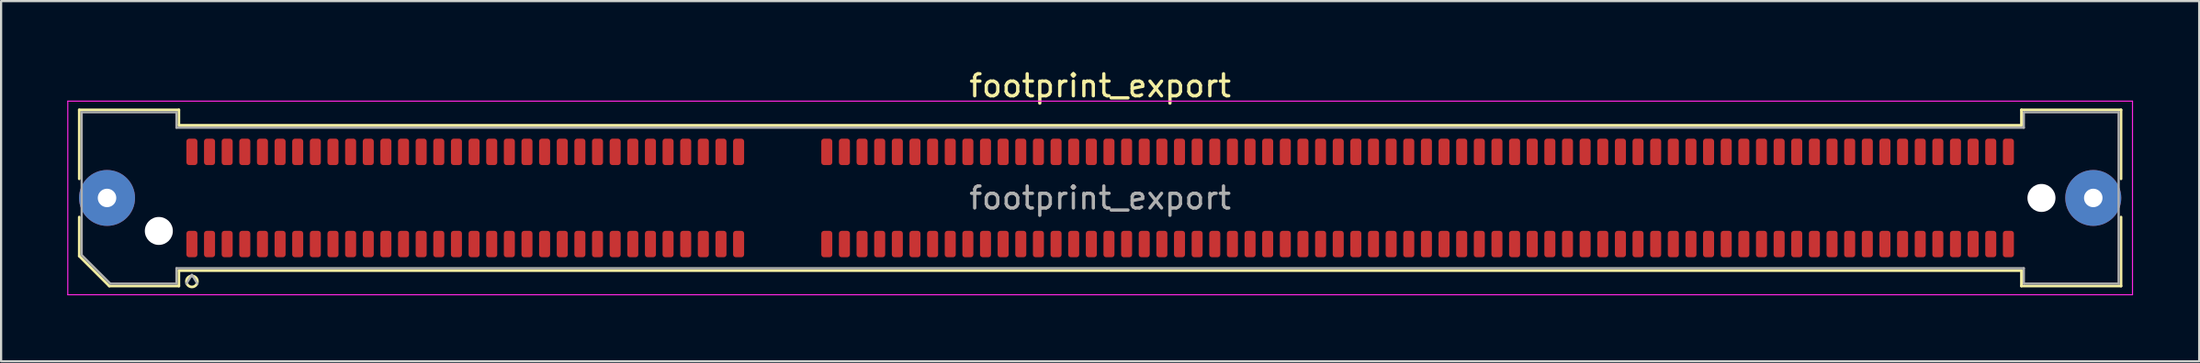
<source format=kicad_pcb>
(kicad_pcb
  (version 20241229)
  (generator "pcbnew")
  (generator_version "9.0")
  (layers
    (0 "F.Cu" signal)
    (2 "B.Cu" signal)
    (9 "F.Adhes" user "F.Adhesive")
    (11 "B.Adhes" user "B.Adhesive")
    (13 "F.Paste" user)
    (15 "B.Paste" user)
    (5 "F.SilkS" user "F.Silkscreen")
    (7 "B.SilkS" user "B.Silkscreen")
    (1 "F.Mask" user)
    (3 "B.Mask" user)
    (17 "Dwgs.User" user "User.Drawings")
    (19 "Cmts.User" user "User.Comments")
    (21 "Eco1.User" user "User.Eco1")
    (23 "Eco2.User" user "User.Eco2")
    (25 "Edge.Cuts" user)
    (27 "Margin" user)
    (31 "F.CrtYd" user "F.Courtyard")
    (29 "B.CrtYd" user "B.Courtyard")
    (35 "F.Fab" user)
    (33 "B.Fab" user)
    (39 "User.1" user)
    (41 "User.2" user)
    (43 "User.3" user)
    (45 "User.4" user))
  (footprint "footprint_export"
    (layer "F.Cu")
    (at 46.855 5.948)
    (property "Reference" "footprint_export" (at 0 -5.1 0) (layer "F.SilkS") (effects (font (size 1 1) (thickness 0.15))))
    (attr smd)
    (fp_line (start -46.31 -4.005) (end -41.79 -4.005) (stroke (width 0.12) (type solid)) (layer "F.SilkS"))
    (fp_line (start -46.31 -0.868) (end -46.31 -4.005) (stroke (width 0.12) (type solid)) (layer "F.SilkS"))
    (fp_line (start -46.31 2.641) (end -46.31 0.868) (stroke (width 0.12) (type solid)) (layer "F.SilkS"))
    (fp_line (start -44.946 4.005) (end -46.31 2.641) (stroke (width 0.12) (type solid)) (layer "F.SilkS"))
    (fp_line (start -41.79 -4.005) (end -41.79 -3.305) (stroke (width 0.12) (type solid)) (layer "F.SilkS"))
    (fp_line (start -41.79 -3.305) (end 41.79 -3.305) (stroke (width 0.12) (type solid)) (layer "F.SilkS"))
    (fp_line (start -41.79 3.305) (end -41.79 4.005) (stroke (width 0.12) (type solid)) (layer "F.SilkS"))
    (fp_line (start -41.79 4.005) (end -44.946 4.005) (stroke (width 0.12) (type solid)) (layer "F.SilkS"))
    (fp_line (start 41.79 -4.005) (end 46.31 -4.005) (stroke (width 0.12) (type solid)) (layer "F.SilkS"))
    (fp_line (start 41.79 -3.305) (end 41.79 -4.005) (stroke (width 0.12) (type solid)) (layer "F.SilkS"))
    (fp_line (start 41.79 3.305) (end -41.79 3.305) (stroke (width 0.12) (type solid)) (layer "F.SilkS"))
    (fp_line (start 41.79 4.005) (end 41.79 3.305) (stroke (width 0.12) (type solid)) (layer "F.SilkS"))
    (fp_line (start 46.31 -4.005) (end 46.31 -0.868) (stroke (width 0.12) (type solid)) (layer "F.SilkS"))
    (fp_line (start 46.31 0.868) (end 46.31 4.005) (stroke (width 0.12) (type solid)) (layer "F.SilkS"))
    (fp_line (start 46.31 4.005) (end 41.79 4.005) (stroke (width 0.12) (type solid)) (layer "F.SilkS"))
    (fp_arc (start -40.95 3.795) (mid -41.45 3.795) (end -40.95 3.795) (stroke (width 0.12) (type solid)) (layer "F.SilkS"))
    (fp_line (start -46.83 -4.4) (end -46.83 4.4) (stroke (width 0.05) (type solid)) (layer "F.CrtYd"))
    (fp_line (start -46.83 4.4) (end 46.83 4.4) (stroke (width 0.05) (type solid)) (layer "F.CrtYd"))
    (fp_line (start 46.83 -4.4) (end -46.83 -4.4) (stroke (width 0.05) (type solid)) (layer "F.CrtYd"))
    (fp_line (start 46.83 4.4) (end 46.83 -4.4) (stroke (width 0.05) (type solid)) (layer "F.CrtYd"))
    (fp_line (start -46.2 -3.895) (end -41.9 -3.895) (stroke (width 0.1) (type solid)) (layer "F.Fab"))
    (fp_line (start -46.2 2.595) (end -46.2 -3.895) (stroke (width 0.1) (type solid)) (layer "F.Fab"))
    (fp_line (start -44.9 3.895) (end -46.2 2.595) (stroke (width 0.1) (type solid)) (layer "F.Fab"))
    (fp_line (start -41.9 -3.895) (end -41.9 -3.195) (stroke (width 0.1) (type solid)) (layer "F.Fab"))
    (fp_line (start -41.9 -3.195) (end 41.9 -3.195) (stroke (width 0.1) (type solid)) (layer "F.Fab"))
    (fp_line (start -41.9 3.195) (end -41.9 3.895) (stroke (width 0.1) (type solid)) (layer "F.Fab"))
    (fp_line (start -41.9 3.895) (end -44.9 3.895) (stroke (width 0.1) (type solid)) (layer "F.Fab"))
    (fp_line (start -41.2 3.495) (end -41.45 3.895) (stroke (width 0.1) (type solid)) (layer "F.Fab"))
    (fp_line (start -41.2 3.495) (end -40.95 3.895) (stroke (width 0.1) (type solid)) (layer "F.Fab"))
    (fp_line (start 41.9 -3.895) (end 46.2 -3.895) (stroke (width 0.1) (type solid)) (layer "F.Fab"))
    (fp_line (start 41.9 -3.195) (end 41.9 -3.895) (stroke (width 0.1) (type solid)) (layer "F.Fab"))
    (fp_line (start 41.9 3.195) (end -41.9 3.195) (stroke (width 0.1) (type solid)) (layer "F.Fab"))
    (fp_line (start 41.9 3.895) (end 41.9 3.195) (stroke (width 0.1) (type solid)) (layer "F.Fab"))
    (fp_line (start 46.2 -3.895) (end 46.2 3.895) (stroke (width 0.1) (type solid)) (layer "F.Fab"))
    (fp_line (start 46.2 3.895) (end 41.9 3.895) (stroke (width 0.1) (type solid)) (layer "F.Fab"))
    (fp_text user "${REFERENCE}" (at 0 0 0) (layer "F.Fab") (effects (font (size 1 1) (thickness 0.15))))
    (pad "" thru_hole circle (at -45.05 0) (size 2.54 2.54) (drill 0.84) (layers "*.Cu" "*.Mask" "F.Paste"))
    (pad "" np_thru_hole circle (at -42.7 1.5) (size 1.27 1.27) (drill 1.27) (layers "*.Cu" "*.Mask"))
    (pad "" np_thru_hole circle (at 42.7 0) (size 1.27 1.27) (drill 1.27) (layers "*.Cu" "*.Mask"))
    (pad "" thru_hole circle (at 45.05 0) (size 2.54 2.54) (drill 0.84) (layers "*.Cu" "*.Mask" "F.Paste"))
    (pad "1" smd roundrect (at -41.2 2.095) (size 0.5 1.2) (layers "F.Cu" "F.Mask" "F.Paste") (roundrect_rratio 0.25))
    (pad "2" smd roundrect (at -41.2 -2.095) (size 0.5 1.2) (layers "F.Cu" "F.Mask" "F.Paste") (roundrect_rratio 0.25))
    (pad "3" smd roundrect (at -40.4 2.095) (size 0.5 1.2) (layers "F.Cu" "F.Mask" "F.Paste") (roundrect_rratio 0.25))
    (pad "4" smd roundrect (at -40.4 -2.095) (size 0.5 1.2) (layers "F.Cu" "F.Mask" "F.Paste") (roundrect_rratio 0.25))
    (pad "5" smd roundrect (at -39.6 2.095) (size 0.5 1.2) (layers "F.Cu" "F.Mask" "F.Paste") (roundrect_rratio 0.25))
    (pad "6" smd roundrect (at -39.6 -2.095) (size 0.5 1.2) (layers "F.Cu" "F.Mask" "F.Paste") (roundrect_rratio 0.25))
    (pad "7" smd roundrect (at -38.8 2.095) (size 0.5 1.2) (layers "F.Cu" "F.Mask" "F.Paste") (roundrect_rratio 0.25))
    (pad "8" smd roundrect (at -38.8 -2.095) (size 0.5 1.2) (layers "F.Cu" "F.Mask" "F.Paste") (roundrect_rratio 0.25))
    (pad "9" smd roundrect (at -38 2.095) (size 0.5 1.2) (layers "F.Cu" "F.Mask" "F.Paste") (roundrect_rratio 0.25))
    (pad "10" smd roundrect (at -38 -2.095) (size 0.5 1.2) (layers "F.Cu" "F.Mask" "F.Paste") (roundrect_rratio 0.25))
    (pad "11" smd roundrect (at -37.2 2.095) (size 0.5 1.2) (layers "F.Cu" "F.Mask" "F.Paste") (roundrect_rratio 0.25))
    (pad "12" smd roundrect (at -37.2 -2.095) (size 0.5 1.2) (layers "F.Cu" "F.Mask" "F.Paste") (roundrect_rratio 0.25))
    (pad "13" smd roundrect (at -36.4 2.095) (size 0.5 1.2) (layers "F.Cu" "F.Mask" "F.Paste") (roundrect_rratio 0.25))
    (pad "14" smd roundrect (at -36.4 -2.095) (size 0.5 1.2) (layers "F.Cu" "F.Mask" "F.Paste") (roundrect_rratio 0.25))
    (pad "15" smd roundrect (at -35.6 2.095) (size 0.5 1.2) (layers "F.Cu" "F.Mask" "F.Paste") (roundrect_rratio 0.25))
    (pad "16" smd roundrect (at -35.6 -2.095) (size 0.5 1.2) (layers "F.Cu" "F.Mask" "F.Paste") (roundrect_rratio 0.25))
    (pad "17" smd roundrect (at -34.8 2.095) (size 0.5 1.2) (layers "F.Cu" "F.Mask" "F.Paste") (roundrect_rratio 0.25))
    (pad "18" smd roundrect (at -34.8 -2.095) (size 0.5 1.2) (layers "F.Cu" "F.Mask" "F.Paste") (roundrect_rratio 0.25))
    (pad "19" smd roundrect (at -34 2.095) (size 0.5 1.2) (layers "F.Cu" "F.Mask" "F.Paste") (roundrect_rratio 0.25))
    (pad "20" smd roundrect (at -34 -2.095) (size 0.5 1.2) (layers "F.Cu" "F.Mask" "F.Paste") (roundrect_rratio 0.25))
    (pad "21" smd roundrect (at -33.2 2.095) (size 0.5 1.2) (layers "F.Cu" "F.Mask" "F.Paste") (roundrect_rratio 0.25))
    (pad "22" smd roundrect (at -33.2 -2.095) (size 0.5 1.2) (layers "F.Cu" "F.Mask" "F.Paste") (roundrect_rratio 0.25))
    (pad "23" smd roundrect (at -32.4 2.095) (size 0.5 1.2) (layers "F.Cu" "F.Mask" "F.Paste") (roundrect_rratio 0.25))
    (pad "24" smd roundrect (at -32.4 -2.095) (size 0.5 1.2) (layers "F.Cu" "F.Mask" "F.Paste") (roundrect_rratio 0.25))
    (pad "25" smd roundrect (at -31.6 2.095) (size 0.5 1.2) (layers "F.Cu" "F.Mask" "F.Paste") (roundrect_rratio 0.25))
    (pad "26" smd roundrect (at -31.6 -2.095) (size 0.5 1.2) (layers "F.Cu" "F.Mask" "F.Paste") (roundrect_rratio 0.25))
    (pad "27" smd roundrect (at -30.8 2.095) (size 0.5 1.2) (layers "F.Cu" "F.Mask" "F.Paste") (roundrect_rratio 0.25))
    (pad "28" smd roundrect (at -30.8 -2.095) (size 0.5 1.2) (layers "F.Cu" "F.Mask" "F.Paste") (roundrect_rratio 0.25))
    (pad "29" smd roundrect (at -30 2.095) (size 0.5 1.2) (layers "F.Cu" "F.Mask" "F.Paste") (roundrect_rratio 0.25))
    (pad "30" smd roundrect (at -30 -2.095) (size 0.5 1.2) (layers "F.Cu" "F.Mask" "F.Paste") (roundrect_rratio 0.25))
    (pad "31" smd roundrect (at -29.2 2.095) (size 0.5 1.2) (layers "F.Cu" "F.Mask" "F.Paste") (roundrect_rratio 0.25))
    (pad "32" smd roundrect (at -29.2 -2.095) (size 0.5 1.2) (layers "F.Cu" "F.Mask" "F.Paste") (roundrect_rratio 0.25))
    (pad "33" smd roundrect (at -28.4 2.095) (size 0.5 1.2) (layers "F.Cu" "F.Mask" "F.Paste") (roundrect_rratio 0.25))
    (pad "34" smd roundrect (at -28.4 -2.095) (size 0.5 1.2) (layers "F.Cu" "F.Mask" "F.Paste") (roundrect_rratio 0.25))
    (pad "35" smd roundrect (at -27.6 2.095) (size 0.5 1.2) (layers "F.Cu" "F.Mask" "F.Paste") (roundrect_rratio 0.25))
    (pad "36" smd roundrect (at -27.6 -2.095) (size 0.5 1.2) (layers "F.Cu" "F.Mask" "F.Paste") (roundrect_rratio 0.25))
    (pad "37" smd roundrect (at -26.8 2.095) (size 0.5 1.2) (layers "F.Cu" "F.Mask" "F.Paste") (roundrect_rratio 0.25))
    (pad "38" smd roundrect (at -26.8 -2.095) (size 0.5 1.2) (layers "F.Cu" "F.Mask" "F.Paste") (roundrect_rratio 0.25))
    (pad "39" smd roundrect (at -26 2.095) (size 0.5 1.2) (layers "F.Cu" "F.Mask" "F.Paste") (roundrect_rratio 0.25))
    (pad "40" smd roundrect (at -26 -2.095) (size 0.5 1.2) (layers "F.Cu" "F.Mask" "F.Paste") (roundrect_rratio 0.25))
    (pad "41" smd roundrect (at -25.2 2.095) (size 0.5 1.2) (layers "F.Cu" "F.Mask" "F.Paste") (roundrect_rratio 0.25))
    (pad "42" smd roundrect (at -25.2 -2.095) (size 0.5 1.2) (layers "F.Cu" "F.Mask" "F.Paste") (roundrect_rratio 0.25))
    (pad "43" smd roundrect (at -24.4 2.095) (size 0.5 1.2) (layers "F.Cu" "F.Mask" "F.Paste") (roundrect_rratio 0.25))
    (pad "44" smd roundrect (at -24.4 -2.095) (size 0.5 1.2) (layers "F.Cu" "F.Mask" "F.Paste") (roundrect_rratio 0.25))
    (pad "45" smd roundrect (at -23.6 2.095) (size 0.5 1.2) (layers "F.Cu" "F.Mask" "F.Paste") (roundrect_rratio 0.25))
    (pad "46" smd roundrect (at -23.6 -2.095) (size 0.5 1.2) (layers "F.Cu" "F.Mask" "F.Paste") (roundrect_rratio 0.25))
    (pad "47" smd roundrect (at -22.8 2.095) (size 0.5 1.2) (layers "F.Cu" "F.Mask" "F.Paste") (roundrect_rratio 0.25))
    (pad "48" smd roundrect (at -22.8 -2.095) (size 0.5 1.2) (layers "F.Cu" "F.Mask" "F.Paste") (roundrect_rratio 0.25))
    (pad "49" smd roundrect (at -22 2.095) (size 0.5 1.2) (layers "F.Cu" "F.Mask" "F.Paste") (roundrect_rratio 0.25))
    (pad "50" smd roundrect (at -22 -2.095) (size 0.5 1.2) (layers "F.Cu" "F.Mask" "F.Paste") (roundrect_rratio 0.25))
    (pad "51" smd roundrect (at -21.2 2.095) (size 0.5 1.2) (layers "F.Cu" "F.Mask" "F.Paste") (roundrect_rratio 0.25))
    (pad "52" smd roundrect (at -21.2 -2.095) (size 0.5 1.2) (layers "F.Cu" "F.Mask" "F.Paste") (roundrect_rratio 0.25))
    (pad "53" smd roundrect (at -20.4 2.095) (size 0.5 1.2) (layers "F.Cu" "F.Mask" "F.Paste") (roundrect_rratio 0.25))
    (pad "54" smd roundrect (at -20.4 -2.095) (size 0.5 1.2) (layers "F.Cu" "F.Mask" "F.Paste") (roundrect_rratio 0.25))
    (pad "55" smd roundrect (at -19.6 2.095) (size 0.5 1.2) (layers "F.Cu" "F.Mask" "F.Paste") (roundrect_rratio 0.25))
    (pad "56" smd roundrect (at -19.6 -2.095) (size 0.5 1.2) (layers "F.Cu" "F.Mask" "F.Paste") (roundrect_rratio 0.25))
    (pad "57" smd roundrect (at -18.8 2.095) (size 0.5 1.2) (layers "F.Cu" "F.Mask" "F.Paste") (roundrect_rratio 0.25))
    (pad "58" smd roundrect (at -18.8 -2.095) (size 0.5 1.2) (layers "F.Cu" "F.Mask" "F.Paste") (roundrect_rratio 0.25))
    (pad "59" smd roundrect (at -18 2.095) (size 0.5 1.2) (layers "F.Cu" "F.Mask" "F.Paste") (roundrect_rratio 0.25))
    (pad "60" smd roundrect (at -18 -2.095) (size 0.5 1.2) (layers "F.Cu" "F.Mask" "F.Paste") (roundrect_rratio 0.25))
    (pad "61" smd roundrect (at -17.2 2.095) (size 0.5 1.2) (layers "F.Cu" "F.Mask" "F.Paste") (roundrect_rratio 0.25))
    (pad "62" smd roundrect (at -17.2 -2.095) (size 0.5 1.2) (layers "F.Cu" "F.Mask" "F.Paste") (roundrect_rratio 0.25))
    (pad "63" smd roundrect (at -16.4 2.095) (size 0.5 1.2) (layers "F.Cu" "F.Mask" "F.Paste") (roundrect_rratio 0.25))
    (pad "64" smd roundrect (at -16.4 -2.095) (size 0.5 1.2) (layers "F.Cu" "F.Mask" "F.Paste") (roundrect_rratio 0.25))
    (pad "65" smd roundrect (at -12.4 2.095) (size 0.5 1.2) (layers "F.Cu" "F.Mask" "F.Paste") (roundrect_rratio 0.25))
    (pad "66" smd roundrect (at -12.4 -2.095) (size 0.5 1.2) (layers "F.Cu" "F.Mask" "F.Paste") (roundrect_rratio 0.25))
    (pad "67" smd roundrect (at -11.6 2.095) (size 0.5 1.2) (layers "F.Cu" "F.Mask" "F.Paste") (roundrect_rratio 0.25))
    (pad "68" smd roundrect (at -11.6 -2.095) (size 0.5 1.2) (layers "F.Cu" "F.Mask" "F.Paste") (roundrect_rratio 0.25))
    (pad "69" smd roundrect (at -10.8 2.095) (size 0.5 1.2) (layers "F.Cu" "F.Mask" "F.Paste") (roundrect_rratio 0.25))
    (pad "70" smd roundrect (at -10.8 -2.095) (size 0.5 1.2) (layers "F.Cu" "F.Mask" "F.Paste") (roundrect_rratio 0.25))
    (pad "71" smd roundrect (at -10 2.095) (size 0.5 1.2) (layers "F.Cu" "F.Mask" "F.Paste") (roundrect_rratio 0.25))
    (pad "72" smd roundrect (at -10 -2.095) (size 0.5 1.2) (layers "F.Cu" "F.Mask" "F.Paste") (roundrect_rratio 0.25))
    (pad "73" smd roundrect (at -9.2 2.095) (size 0.5 1.2) (layers "F.Cu" "F.Mask" "F.Paste") (roundrect_rratio 0.25))
    (pad "74" smd roundrect (at -9.2 -2.095) (size 0.5 1.2) (layers "F.Cu" "F.Mask" "F.Paste") (roundrect_rratio 0.25))
    (pad "75" smd roundrect (at -8.4 2.095) (size 0.5 1.2) (layers "F.Cu" "F.Mask" "F.Paste") (roundrect_rratio 0.25))
    (pad "76" smd roundrect (at -8.4 -2.095) (size 0.5 1.2) (layers "F.Cu" "F.Mask" "F.Paste") (roundrect_rratio 0.25))
    (pad "77" smd roundrect (at -7.6 2.095) (size 0.5 1.2) (layers "F.Cu" "F.Mask" "F.Paste") (roundrect_rratio 0.25))
    (pad "78" smd roundrect (at -7.6 -2.095) (size 0.5 1.2) (layers "F.Cu" "F.Mask" "F.Paste") (roundrect_rratio 0.25))
    (pad "79" smd roundrect (at -6.8 2.095) (size 0.5 1.2) (layers "F.Cu" "F.Mask" "F.Paste") (roundrect_rratio 0.25))
    (pad "80" smd roundrect (at -6.8 -2.095) (size 0.5 1.2) (layers "F.Cu" "F.Mask" "F.Paste") (roundrect_rratio 0.25))
    (pad "81" smd roundrect (at -6 2.095) (size 0.5 1.2) (layers "F.Cu" "F.Mask" "F.Paste") (roundrect_rratio 0.25))
    (pad "82" smd roundrect (at -6 -2.095) (size 0.5 1.2) (layers "F.Cu" "F.Mask" "F.Paste") (roundrect_rratio 0.25))
    (pad "83" smd roundrect (at -5.2 2.095) (size 0.5 1.2) (layers "F.Cu" "F.Mask" "F.Paste") (roundrect_rratio 0.25))
    (pad "84" smd roundrect (at -5.2 -2.095) (size 0.5 1.2) (layers "F.Cu" "F.Mask" "F.Paste") (roundrect_rratio 0.25))
    (pad "85" smd roundrect (at -4.4 2.095) (size 0.5 1.2) (layers "F.Cu" "F.Mask" "F.Paste") (roundrect_rratio 0.25))
    (pad "86" smd roundrect (at -4.4 -2.095) (size 0.5 1.2) (layers "F.Cu" "F.Mask" "F.Paste") (roundrect_rratio 0.25))
    (pad "87" smd roundrect (at -3.6 2.095) (size 0.5 1.2) (layers "F.Cu" "F.Mask" "F.Paste") (roundrect_rratio 0.25))
    (pad "88" smd roundrect (at -3.6 -2.095) (size 0.5 1.2) (layers "F.Cu" "F.Mask" "F.Paste") (roundrect_rratio 0.25))
    (pad "89" smd roundrect (at -2.8 2.095) (size 0.5 1.2) (layers "F.Cu" "F.Mask" "F.Paste") (roundrect_rratio 0.25))
    (pad "90" smd roundrect (at -2.8 -2.095) (size 0.5 1.2) (layers "F.Cu" "F.Mask" "F.Paste") (roundrect_rratio 0.25))
    (pad "91" smd roundrect (at -2 2.095) (size 0.5 1.2) (layers "F.Cu" "F.Mask" "F.Paste") (roundrect_rratio 0.25))
    (pad "92" smd roundrect (at -2 -2.095) (size 0.5 1.2) (layers "F.Cu" "F.Mask" "F.Paste") (roundrect_rratio 0.25))
    (pad "93" smd roundrect (at -1.2 2.095) (size 0.5 1.2) (layers "F.Cu" "F.Mask" "F.Paste") (roundrect_rratio 0.25))
    (pad "94" smd roundrect (at -1.2 -2.095) (size 0.5 1.2) (layers "F.Cu" "F.Mask" "F.Paste") (roundrect_rratio 0.25))
    (pad "95" smd roundrect (at -0.4 2.095) (size 0.5 1.2) (layers "F.Cu" "F.Mask" "F.Paste") (roundrect_rratio 0.25))
    (pad "96" smd roundrect (at -0.4 -2.095) (size 0.5 1.2) (layers "F.Cu" "F.Mask" "F.Paste") (roundrect_rratio 0.25))
    (pad "97" smd roundrect (at 0.4 2.095) (size 0.5 1.2) (layers "F.Cu" "F.Mask" "F.Paste") (roundrect_rratio 0.25))
    (pad "98" smd roundrect (at 0.4 -2.095) (size 0.5 1.2) (layers "F.Cu" "F.Mask" "F.Paste") (roundrect_rratio 0.25))
    (pad "99" smd roundrect (at 1.2 2.095) (size 0.5 1.2) (layers "F.Cu" "F.Mask" "F.Paste") (roundrect_rratio 0.25))
    (pad "100" smd roundrect (at 1.2 -2.095) (size 0.5 1.2) (layers "F.Cu" "F.Mask" "F.Paste") (roundrect_rratio 0.25))
    (pad "101" smd roundrect (at 2 2.095) (size 0.5 1.2) (layers "F.Cu" "F.Mask" "F.Paste") (roundrect_rratio 0.25))
    (pad "102" smd roundrect (at 2 -2.095) (size 0.5 1.2) (layers "F.Cu" "F.Mask" "F.Paste") (roundrect_rratio 0.25))
    (pad "103" smd roundrect (at 2.8 2.095) (size 0.5 1.2) (layers "F.Cu" "F.Mask" "F.Paste") (roundrect_rratio 0.25))
    (pad "104" smd roundrect (at 2.8 -2.095) (size 0.5 1.2) (layers "F.Cu" "F.Mask" "F.Paste") (roundrect_rratio 0.25))
    (pad "105" smd roundrect (at 3.6 2.095) (size 0.5 1.2) (layers "F.Cu" "F.Mask" "F.Paste") (roundrect_rratio 0.25))
    (pad "106" smd roundrect (at 3.6 -2.095) (size 0.5 1.2) (layers "F.Cu" "F.Mask" "F.Paste") (roundrect_rratio 0.25))
    (pad "107" smd roundrect (at 4.4 2.095) (size 0.5 1.2) (layers "F.Cu" "F.Mask" "F.Paste") (roundrect_rratio 0.25))
    (pad "108" smd roundrect (at 4.4 -2.095) (size 0.5 1.2) (layers "F.Cu" "F.Mask" "F.Paste") (roundrect_rratio 0.25))
    (pad "109" smd roundrect (at 5.2 2.095) (size 0.5 1.2) (layers "F.Cu" "F.Mask" "F.Paste") (roundrect_rratio 0.25))
    (pad "110" smd roundrect (at 5.2 -2.095) (size 0.5 1.2) (layers "F.Cu" "F.Mask" "F.Paste") (roundrect_rratio 0.25))
    (pad "111" smd roundrect (at 6 2.095) (size 0.5 1.2) (layers "F.Cu" "F.Mask" "F.Paste") (roundrect_rratio 0.25))
    (pad "112" smd roundrect (at 6 -2.095) (size 0.5 1.2) (layers "F.Cu" "F.Mask" "F.Paste") (roundrect_rratio 0.25))
    (pad "113" smd roundrect (at 6.8 2.095) (size 0.5 1.2) (layers "F.Cu" "F.Mask" "F.Paste") (roundrect_rratio 0.25))
    (pad "114" smd roundrect (at 6.8 -2.095) (size 0.5 1.2) (layers "F.Cu" "F.Mask" "F.Paste") (roundrect_rratio 0.25))
    (pad "115" smd roundrect (at 7.6 2.095) (size 0.5 1.2) (layers "F.Cu" "F.Mask" "F.Paste") (roundrect_rratio 0.25))
    (pad "116" smd roundrect (at 7.6 -2.095) (size 0.5 1.2) (layers "F.Cu" "F.Mask" "F.Paste") (roundrect_rratio 0.25))
    (pad "117" smd roundrect (at 8.4 2.095) (size 0.5 1.2) (layers "F.Cu" "F.Mask" "F.Paste") (roundrect_rratio 0.25))
    (pad "118" smd roundrect (at 8.4 -2.095) (size 0.5 1.2) (layers "F.Cu" "F.Mask" "F.Paste") (roundrect_rratio 0.25))
    (pad "119" smd roundrect (at 9.2 2.095) (size 0.5 1.2) (layers "F.Cu" "F.Mask" "F.Paste") (roundrect_rratio 0.25))
    (pad "120" smd roundrect (at 9.2 -2.095) (size 0.5 1.2) (layers "F.Cu" "F.Mask" "F.Paste") (roundrect_rratio 0.25))
    (pad "121" smd roundrect (at 10 2.095) (size 0.5 1.2) (layers "F.Cu" "F.Mask" "F.Paste") (roundrect_rratio 0.25))
    (pad "122" smd roundrect (at 10 -2.095) (size 0.5 1.2) (layers "F.Cu" "F.Mask" "F.Paste") (roundrect_rratio 0.25))
    (pad "123" smd roundrect (at 10.8 2.095) (size 0.5 1.2) (layers "F.Cu" "F.Mask" "F.Paste") (roundrect_rratio 0.25))
    (pad "124" smd roundrect (at 10.8 -2.095) (size 0.5 1.2) (layers "F.Cu" "F.Mask" "F.Paste") (roundrect_rratio 0.25))
    (pad "125" smd roundrect (at 11.6 2.095) (size 0.5 1.2) (layers "F.Cu" "F.Mask" "F.Paste") (roundrect_rratio 0.25))
    (pad "126" smd roundrect (at 11.6 -2.095) (size 0.5 1.2) (layers "F.Cu" "F.Mask" "F.Paste") (roundrect_rratio 0.25))
    (pad "127" smd roundrect (at 12.4 2.095) (size 0.5 1.2) (layers "F.Cu" "F.Mask" "F.Paste") (roundrect_rratio 0.25))
    (pad "128" smd roundrect (at 12.4 -2.095) (size 0.5 1.2) (layers "F.Cu" "F.Mask" "F.Paste") (roundrect_rratio 0.25))
    (pad "129" smd roundrect (at 13.2 2.095) (size 0.5 1.2) (layers "F.Cu" "F.Mask" "F.Paste") (roundrect_rratio 0.25))
    (pad "130" smd roundrect (at 13.2 -2.095) (size 0.5 1.2) (layers "F.Cu" "F.Mask" "F.Paste") (roundrect_rratio 0.25))
    (pad "131" smd roundrect (at 14 2.095) (size 0.5 1.2) (layers "F.Cu" "F.Mask" "F.Paste") (roundrect_rratio 0.25))
    (pad "132" smd roundrect (at 14 -2.095) (size 0.5 1.2) (layers "F.Cu" "F.Mask" "F.Paste") (roundrect_rratio 0.25))
    (pad "133" smd roundrect (at 14.8 2.095) (size 0.5 1.2) (layers "F.Cu" "F.Mask" "F.Paste") (roundrect_rratio 0.25))
    (pad "134" smd roundrect (at 14.8 -2.095) (size 0.5 1.2) (layers "F.Cu" "F.Mask" "F.Paste") (roundrect_rratio 0.25))
    (pad "135" smd roundrect (at 15.6 2.095) (size 0.5 1.2) (layers "F.Cu" "F.Mask" "F.Paste") (roundrect_rratio 0.25))
    (pad "136" smd roundrect (at 15.6 -2.095) (size 0.5 1.2) (layers "F.Cu" "F.Mask" "F.Paste") (roundrect_rratio 0.25))
    (pad "137" smd roundrect (at 16.4 2.095) (size 0.5 1.2) (layers "F.Cu" "F.Mask" "F.Paste") (roundrect_rratio 0.25))
    (pad "138" smd roundrect (at 16.4 -2.095) (size 0.5 1.2) (layers "F.Cu" "F.Mask" "F.Paste") (roundrect_rratio 0.25))
    (pad "139" smd roundrect (at 17.2 2.095) (size 0.5 1.2) (layers "F.Cu" "F.Mask" "F.Paste") (roundrect_rratio 0.25))
    (pad "140" smd roundrect (at 17.2 -2.095) (size 0.5 1.2) (layers "F.Cu" "F.Mask" "F.Paste") (roundrect_rratio 0.25))
    (pad "141" smd roundrect (at 18 2.095) (size 0.5 1.2) (layers "F.Cu" "F.Mask" "F.Paste") (roundrect_rratio 0.25))
    (pad "142" smd roundrect (at 18 -2.095) (size 0.5 1.2) (layers "F.Cu" "F.Mask" "F.Paste") (roundrect_rratio 0.25))
    (pad "143" smd roundrect (at 18.8 2.095) (size 0.5 1.2) (layers "F.Cu" "F.Mask" "F.Paste") (roundrect_rratio 0.25))
    (pad "144" smd roundrect (at 18.8 -2.095) (size 0.5 1.2) (layers "F.Cu" "F.Mask" "F.Paste") (roundrect_rratio 0.25))
    (pad "145" smd roundrect (at 19.6 2.095) (size 0.5 1.2) (layers "F.Cu" "F.Mask" "F.Paste") (roundrect_rratio 0.25))
    (pad "146" smd roundrect (at 19.6 -2.095) (size 0.5 1.2) (layers "F.Cu" "F.Mask" "F.Paste") (roundrect_rratio 0.25))
    (pad "147" smd roundrect (at 20.4 2.095) (size 0.5 1.2) (layers "F.Cu" "F.Mask" "F.Paste") (roundrect_rratio 0.25))
    (pad "148" smd roundrect (at 20.4 -2.095) (size 0.5 1.2) (layers "F.Cu" "F.Mask" "F.Paste") (roundrect_rratio 0.25))
    (pad "149" smd roundrect (at 21.2 2.095) (size 0.5 1.2) (layers "F.Cu" "F.Mask" "F.Paste") (roundrect_rratio 0.25))
    (pad "150" smd roundrect (at 21.2 -2.095) (size 0.5 1.2) (layers "F.Cu" "F.Mask" "F.Paste") (roundrect_rratio 0.25))
    (pad "151" smd roundrect (at 22 2.095) (size 0.5 1.2) (layers "F.Cu" "F.Mask" "F.Paste") (roundrect_rratio 0.25))
    (pad "152" smd roundrect (at 22 -2.095) (size 0.5 1.2) (layers "F.Cu" "F.Mask" "F.Paste") (roundrect_rratio 0.25))
    (pad "153" smd roundrect (at 22.8 2.095) (size 0.5 1.2) (layers "F.Cu" "F.Mask" "F.Paste") (roundrect_rratio 0.25))
    (pad "154" smd roundrect (at 22.8 -2.095) (size 0.5 1.2) (layers "F.Cu" "F.Mask" "F.Paste") (roundrect_rratio 0.25))
    (pad "155" smd roundrect (at 23.6 2.095) (size 0.5 1.2) (layers "F.Cu" "F.Mask" "F.Paste") (roundrect_rratio 0.25))
    (pad "156" smd roundrect (at 23.6 -2.095) (size 0.5 1.2) (layers "F.Cu" "F.Mask" "F.Paste") (roundrect_rratio 0.25))
    (pad "157" smd roundrect (at 24.4 2.095) (size 0.5 1.2) (layers "F.Cu" "F.Mask" "F.Paste") (roundrect_rratio 0.25))
    (pad "158" smd roundrect (at 24.4 -2.095) (size 0.5 1.2) (layers "F.Cu" "F.Mask" "F.Paste") (roundrect_rratio 0.25))
    (pad "159" smd roundrect (at 25.2 2.095) (size 0.5 1.2) (layers "F.Cu" "F.Mask" "F.Paste") (roundrect_rratio 0.25))
    (pad "160" smd roundrect (at 25.2 -2.095) (size 0.5 1.2) (layers "F.Cu" "F.Mask" "F.Paste") (roundrect_rratio 0.25))
    (pad "161" smd roundrect (at 26 2.095) (size 0.5 1.2) (layers "F.Cu" "F.Mask" "F.Paste") (roundrect_rratio 0.25))
    (pad "162" smd roundrect (at 26 -2.095) (size 0.5 1.2) (layers "F.Cu" "F.Mask" "F.Paste") (roundrect_rratio 0.25))
    (pad "163" smd roundrect (at 26.8 2.095) (size 0.5 1.2) (layers "F.Cu" "F.Mask" "F.Paste") (roundrect_rratio 0.25))
    (pad "164" smd roundrect (at 26.8 -2.095) (size 0.5 1.2) (layers "F.Cu" "F.Mask" "F.Paste") (roundrect_rratio 0.25))
    (pad "165" smd roundrect (at 27.6 2.095) (size 0.5 1.2) (layers "F.Cu" "F.Mask" "F.Paste") (roundrect_rratio 0.25))
    (pad "166" smd roundrect (at 27.6 -2.095) (size 0.5 1.2) (layers "F.Cu" "F.Mask" "F.Paste") (roundrect_rratio 0.25))
    (pad "167" smd roundrect (at 28.4 2.095) (size 0.5 1.2) (layers "F.Cu" "F.Mask" "F.Paste") (roundrect_rratio 0.25))
    (pad "168" smd roundrect (at 28.4 -2.095) (size 0.5 1.2) (layers "F.Cu" "F.Mask" "F.Paste") (roundrect_rratio 0.25))
    (pad "169" smd roundrect (at 29.2 2.095) (size 0.5 1.2) (layers "F.Cu" "F.Mask" "F.Paste") (roundrect_rratio 0.25))
    (pad "170" smd roundrect (at 29.2 -2.095) (size 0.5 1.2) (layers "F.Cu" "F.Mask" "F.Paste") (roundrect_rratio 0.25))
    (pad "171" smd roundrect (at 30 2.095) (size 0.5 1.2) (layers "F.Cu" "F.Mask" "F.Paste") (roundrect_rratio 0.25))
    (pad "172" smd roundrect (at 30 -2.095) (size 0.5 1.2) (layers "F.Cu" "F.Mask" "F.Paste") (roundrect_rratio 0.25))
    (pad "173" smd roundrect (at 30.8 2.095) (size 0.5 1.2) (layers "F.Cu" "F.Mask" "F.Paste") (roundrect_rratio 0.25))
    (pad "174" smd roundrect (at 30.8 -2.095) (size 0.5 1.2) (layers "F.Cu" "F.Mask" "F.Paste") (roundrect_rratio 0.25))
    (pad "175" smd roundrect (at 31.6 2.095) (size 0.5 1.2) (layers "F.Cu" "F.Mask" "F.Paste") (roundrect_rratio 0.25))
    (pad "176" smd roundrect (at 31.6 -2.095) (size 0.5 1.2) (layers "F.Cu" "F.Mask" "F.Paste") (roundrect_rratio 0.25))
    (pad "177" smd roundrect (at 32.4 2.095) (size 0.5 1.2) (layers "F.Cu" "F.Mask" "F.Paste") (roundrect_rratio 0.25))
    (pad "178" smd roundrect (at 32.4 -2.095) (size 0.5 1.2) (layers "F.Cu" "F.Mask" "F.Paste") (roundrect_rratio 0.25))
    (pad "179" smd roundrect (at 33.2 2.095) (size 0.5 1.2) (layers "F.Cu" "F.Mask" "F.Paste") (roundrect_rratio 0.25))
    (pad "180" smd roundrect (at 33.2 -2.095) (size 0.5 1.2) (layers "F.Cu" "F.Mask" "F.Paste") (roundrect_rratio 0.25))
    (pad "181" smd roundrect (at 34 2.095) (size 0.5 1.2) (layers "F.Cu" "F.Mask" "F.Paste") (roundrect_rratio 0.25))
    (pad "182" smd roundrect (at 34 -2.095) (size 0.5 1.2) (layers "F.Cu" "F.Mask" "F.Paste") (roundrect_rratio 0.25))
    (pad "183" smd roundrect (at 34.8 2.095) (size 0.5 1.2) (layers "F.Cu" "F.Mask" "F.Paste") (roundrect_rratio 0.25))
    (pad "184" smd roundrect (at 34.8 -2.095) (size 0.5 1.2) (layers "F.Cu" "F.Mask" "F.Paste") (roundrect_rratio 0.25))
    (pad "185" smd roundrect (at 35.6 2.095) (size 0.5 1.2) (layers "F.Cu" "F.Mask" "F.Paste") (roundrect_rratio 0.25))
    (pad "186" smd roundrect (at 35.6 -2.095) (size 0.5 1.2) (layers "F.Cu" "F.Mask" "F.Paste") (roundrect_rratio 0.25))
    (pad "187" smd roundrect (at 36.4 2.095) (size 0.5 1.2) (layers "F.Cu" "F.Mask" "F.Paste") (roundrect_rratio 0.25))
    (pad "188" smd roundrect (at 36.4 -2.095) (size 0.5 1.2) (layers "F.Cu" "F.Mask" "F.Paste") (roundrect_rratio 0.25))
    (pad "189" smd roundrect (at 37.2 2.095) (size 0.5 1.2) (layers "F.Cu" "F.Mask" "F.Paste") (roundrect_rratio 0.25))
    (pad "190" smd roundrect (at 37.2 -2.095) (size 0.5 1.2) (layers "F.Cu" "F.Mask" "F.Paste") (roundrect_rratio 0.25))
    (pad "191" smd roundrect (at 38 2.095) (size 0.5 1.2) (layers "F.Cu" "F.Mask" "F.Paste") (roundrect_rratio 0.25))
    (pad "192" smd roundrect (at 38 -2.095) (size 0.5 1.2) (layers "F.Cu" "F.Mask" "F.Paste") (roundrect_rratio 0.25))
    (pad "193" smd roundrect (at 38.8 2.095) (size 0.5 1.2) (layers "F.Cu" "F.Mask" "F.Paste") (roundrect_rratio 0.25))
    (pad "194" smd roundrect (at 38.8 -2.095) (size 0.5 1.2) (layers "F.Cu" "F.Mask" "F.Paste") (roundrect_rratio 0.25))
    (pad "195" smd roundrect (at 39.6 2.095) (size 0.5 1.2) (layers "F.Cu" "F.Mask" "F.Paste") (roundrect_rratio 0.25))
    (pad "196" smd roundrect (at 39.6 -2.095) (size 0.5 1.2) (layers "F.Cu" "F.Mask" "F.Paste") (roundrect_rratio 0.25))
    (pad "197" smd roundrect (at 40.4 2.095) (size 0.5 1.2) (layers "F.Cu" "F.Mask" "F.Paste") (roundrect_rratio 0.25))
    (pad "198" smd roundrect (at 40.4 -2.095) (size 0.5 1.2) (layers "F.Cu" "F.Mask" "F.Paste") (roundrect_rratio 0.25))
    (pad "199" smd roundrect (at 41.2 2.095) (size 0.5 1.2) (layers "F.Cu" "F.Mask" "F.Paste") (roundrect_rratio 0.25))
    (pad "200" smd roundrect (at 41.2 -2.095) (size 0.5 1.2) (layers "F.Cu" "F.Mask" "F.Paste") (roundrect_rratio 0.25)))
  (gr_rect
    (start -3 -3)
    (end 96.71 13.373)
    (stroke (width 0.1) (type default))
    (fill no)
    (layer "Edge.Cuts")))
</source>
